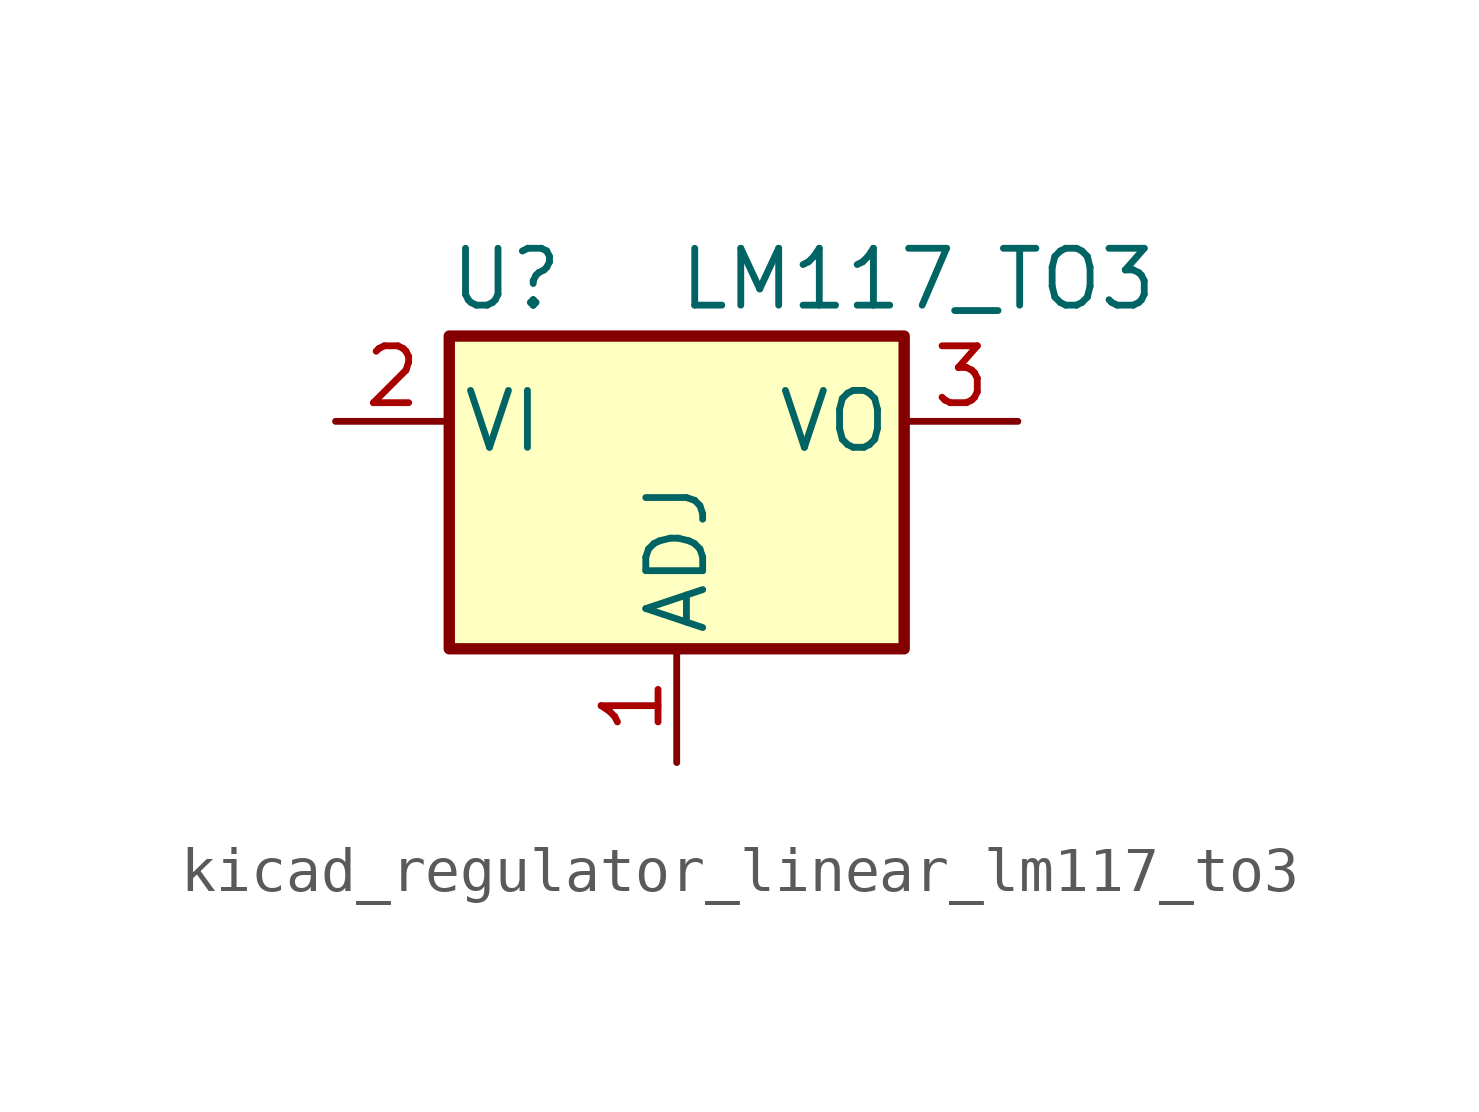
<source format=kicad_sym>
(kicad_symbol_lib
  (version 20220914)
  (generator kicad_symbol_editor)
  (symbol "kicad_regulator_linear_lm117_to3"
    (pin_names
      (offset 0.254))
    (property "Reference" "U"
      (at -3.81 3.175 0)
      (effects (font (size 1.27 1.27))))
    (property "Value" "LM117_TO3"
      (at 0 3.175 0)
      (effects (font (size 1.27 1.27)) (justify left)))
    (symbol "kicad_regulator_linear_lm117_to3_0_1"
      (rectangle (start -5.08 1.905) (end 5.08 -5.08) (stroke (width 0.254) (type default)) (fill (type background))))
    (symbol "kicad_regulator_linear_lm117_to3_1_1"
      (pin input line (at 0 -7.62 90) (length 2.54) (name "ADJ" (effects (font (size 1.27 1.27)))) (number "1" (effects (font (size 1.27 1.27)))))
      (pin power_in line (at -7.62 0 0) (length 2.54) (name "VI" (effects (font (size 1.27 1.27)))) (number "2" (effects (font (size 1.27 1.27)))))
      (pin power_out line (at 7.62 0 180) (length 2.54) (name "VO" (effects (font (size 1.27 1.27)))) (number "3" (effects (font (size 1.27 1.27))))))))
</source>
